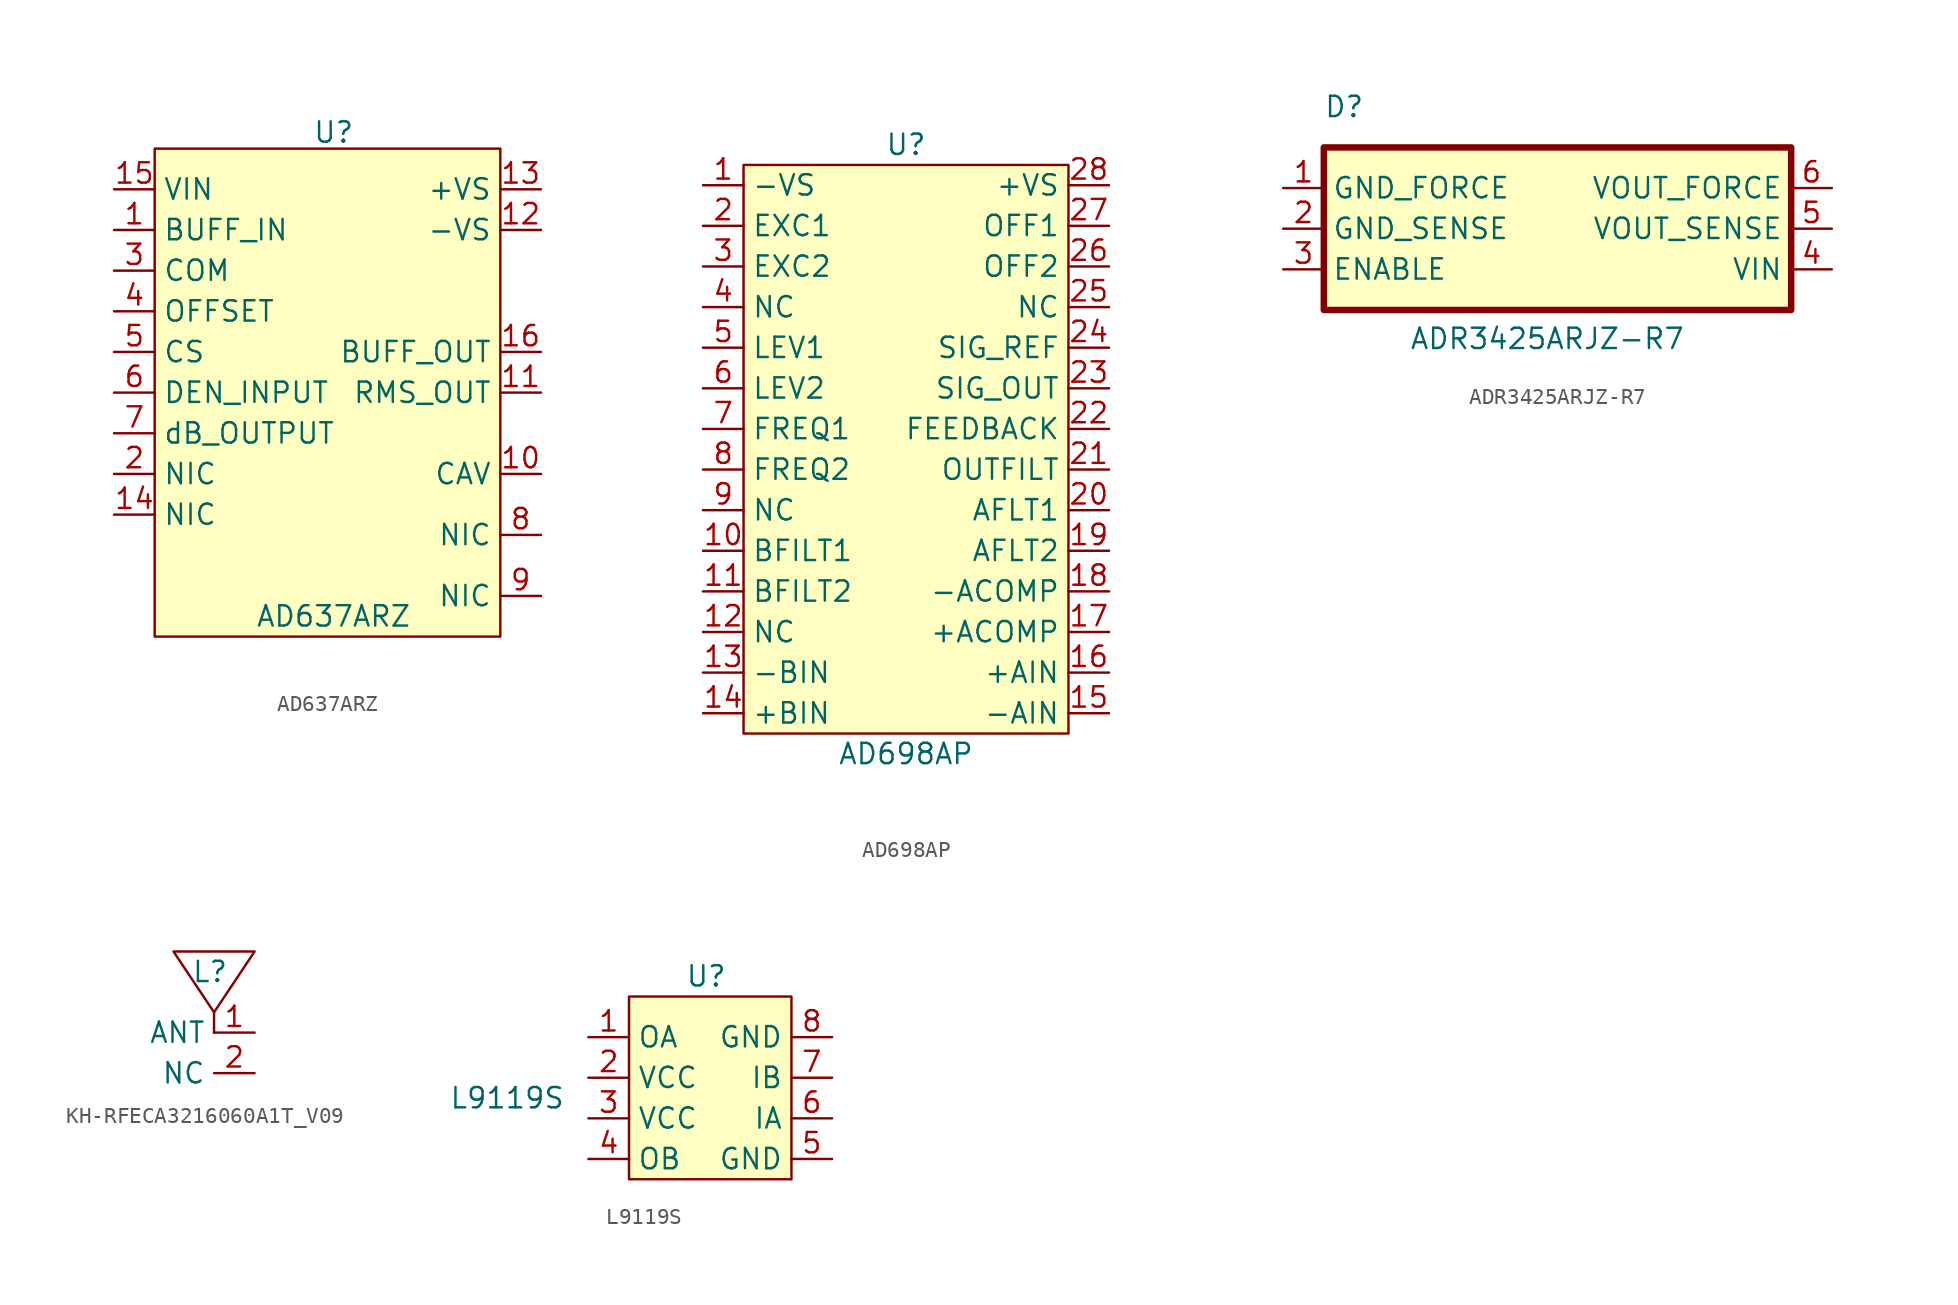
<source format=kicad_sym>
(kicad_symbol_lib
  (version 20231120)
  (generator "kicad_symbol_editor")
  (generator_version "8.0")
  (symbol "AD637ARZ"
    (property "Reference" "U"
      (at 1.016 17.526 0)
      (effects (font (size 1.27 1.27))))
    (property "Value" "AD637ARZ"
      (at 1.016 -12.7 0)
      (effects (font (size 1.27 1.27))))
    (symbol "AD637ARZ_1_1"
      (rectangle (start -10.16 16.51) (end 11.43 -13.97) (stroke (width 0) (type default)) (fill (type background)))
      (pin passive line (at -12.7 11.43 0) (length 2.54) (name "BUFF_IN" (effects (font (size 1.27 1.27)))) (number "1" (effects (font (size 1.27 1.27)))))
      (pin passive line (at 13.97 -3.81 180) (length 2.54) (name "CAV" (effects (font (size 1.27 1.27)))) (number "10" (effects (font (size 1.27 1.27)))))
      (pin passive line (at 13.97 1.27 180) (length 2.54) (name "RMS_OUT" (effects (font (size 1.27 1.27)))) (number "11" (effects (font (size 1.27 1.27)))))
      (pin passive line (at 13.97 11.43 180) (length 2.54) (name "-VS" (effects (font (size 1.27 1.27)))) (number "12" (effects (font (size 1.27 1.27)))))
      (pin passive line (at 13.97 13.97 180) (length 2.54) (name "+VS" (effects (font (size 1.27 1.27)))) (number "13" (effects (font (size 1.27 1.27)))))
      (pin passive line (at -12.7 -6.35 0) (length 2.54) (name "NIC" (effects (font (size 1.27 1.27)))) (number "14" (effects (font (size 1.27 1.27)))))
      (pin passive line (at -12.7 13.97 0) (length 2.54) (name "VIN" (effects (font (size 1.27 1.27)))) (number "15" (effects (font (size 1.27 1.27)))))
      (pin passive line (at 13.97 3.81 180) (length 2.54) (name "BUFF_OUT" (effects (font (size 1.27 1.27)))) (number "16" (effects (font (size 1.27 1.27)))))
      (pin passive line (at -12.7 -3.81 0) (length 2.54) (name "NIC" (effects (font (size 1.27 1.27)))) (number "2" (effects (font (size 1.27 1.27)))))
      (pin passive line (at -12.7 8.89 0) (length 2.54) (name "COM" (effects (font (size 1.27 1.27)))) (number "3" (effects (font (size 1.27 1.27)))))
      (pin passive line (at -12.7 6.35 0) (length 2.54) (name "OFFSET" (effects (font (size 1.27 1.27)))) (number "4" (effects (font (size 1.27 1.27)))))
      (pin passive line (at -12.7 3.81 0) (length 2.54) (name "CS" (effects (font (size 1.27 1.27)))) (number "5" (effects (font (size 1.27 1.27)))))
      (pin passive line (at -12.7 1.27 0) (length 2.54) (name "DEN_INPUT" (effects (font (size 1.27 1.27)))) (number "6" (effects (font (size 1.27 1.27)))))
      (pin passive line (at -12.7 -1.27 0) (length 2.54) (name "dB_OUTPUT" (effects (font (size 1.27 1.27)))) (number "7" (effects (font (size 1.27 1.27)))))
      (pin passive line (at 13.97 -7.62 180) (length 2.54) (name "NIC" (effects (font (size 1.27 1.27)))) (number "8" (effects (font (size 1.27 1.27)))))
      (pin passive line (at 13.97 -11.43 180) (length 2.54) (name "NIC" (effects (font (size 1.27 1.27)))) (number "9" (effects (font (size 1.27 1.27)))))))
  (symbol "AD698AP"
    (property "Reference" "U"
      (at 0 21.59 0)
      (effects (font (size 1.27 1.27))))
    (property "Value" "AD698AP"
      (at 0 -16.51 0)
      (effects (font (size 1.27 1.27))))
    (symbol "AD698AP_1_1"
      (rectangle (start -10.16 20.32) (end 10.16 -15.24) (stroke (width 0) (type default)) (fill (type background)))
      (pin passive line (at -12.7 19.05 0) (length 2.54) (name "-VS" (effects (font (size 1.27 1.27)))) (number "1" (effects (font (size 1.27 1.27)))))
      (pin passive line (at -12.7 -3.81 0) (length 2.54) (name "BFILT1" (effects (font (size 1.27 1.27)))) (number "10" (effects (font (size 1.27 1.27)))))
      (pin passive line (at -12.7 -6.35 0) (length 2.54) (name "BFILT2" (effects (font (size 1.27 1.27)))) (number "11" (effects (font (size 1.27 1.27)))))
      (pin passive line (at -12.7 -8.89 0) (length 2.54) (name "NC" (effects (font (size 1.27 1.27)))) (number "12" (effects (font (size 1.27 1.27)))))
      (pin passive line (at -12.7 -11.43 0) (length 2.54) (name "-BIN" (effects (font (size 1.27 1.27)))) (number "13" (effects (font (size 1.27 1.27)))))
      (pin passive line (at -12.7 -13.97 0) (length 2.54) (name "+BIN" (effects (font (size 1.27 1.27)))) (number "14" (effects (font (size 1.27 1.27)))))
      (pin passive line (at 12.7 -13.97 180) (length 2.54) (name "-AIN" (effects (font (size 1.27 1.27)))) (number "15" (effects (font (size 1.27 1.27)))))
      (pin passive line (at 12.7 -11.43 180) (length 2.54) (name "+AIN" (effects (font (size 1.27 1.27)))) (number "16" (effects (font (size 1.27 1.27)))))
      (pin passive line (at 12.7 -8.89 180) (length 2.54) (name "+ACOMP" (effects (font (size 1.27 1.27)))) (number "17" (effects (font (size 1.27 1.27)))))
      (pin passive line (at 12.7 -6.35 180) (length 2.54) (name "-ACOMP" (effects (font (size 1.27 1.27)))) (number "18" (effects (font (size 1.27 1.27)))))
      (pin passive line (at 12.7 -3.81 180) (length 2.54) (name "AFLT2" (effects (font (size 1.27 1.27)))) (number "19" (effects (font (size 1.27 1.27)))))
      (pin passive line (at -12.7 16.51 0) (length 2.54) (name "EXC1" (effects (font (size 1.27 1.27)))) (number "2" (effects (font (size 1.27 1.27)))))
      (pin passive line (at 12.7 -1.27 180) (length 2.54) (name "AFLT1" (effects (font (size 1.27 1.27)))) (number "20" (effects (font (size 1.27 1.27)))))
      (pin passive line (at 12.7 1.27 180) (length 2.54) (name "OUTFILT" (effects (font (size 1.27 1.27)))) (number "21" (effects (font (size 1.27 1.27)))))
      (pin passive line (at 12.7 3.81 180) (length 2.54) (name "FEEDBACK" (effects (font (size 1.27 1.27)))) (number "22" (effects (font (size 1.27 1.27)))))
      (pin passive line (at 12.7 6.35 180) (length 2.54) (name "SIG_OUT" (effects (font (size 1.27 1.27)))) (number "23" (effects (font (size 1.27 1.27)))))
      (pin passive line (at 12.7 8.89 180) (length 2.54) (name "SIG_REF" (effects (font (size 1.27 1.27)))) (number "24" (effects (font (size 1.27 1.27)))))
      (pin passive line (at 12.7 11.43 180) (length 2.54) (name "NC" (effects (font (size 1.27 1.27)))) (number "25" (effects (font (size 1.27 1.27)))))
      (pin passive line (at 12.7 13.97 180) (length 2.54) (name "OFF2" (effects (font (size 1.27 1.27)))) (number "26" (effects (font (size 1.27 1.27)))))
      (pin passive line (at 12.7 16.51 180) (length 2.54) (name "OFF1" (effects (font (size 1.27 1.27)))) (number "27" (effects (font (size 1.27 1.27)))))
      (pin passive line (at 12.7 19.05 180) (length 2.54) (name "+VS" (effects (font (size 1.27 1.27)))) (number "28" (effects (font (size 1.27 1.27)))))
      (pin passive line (at -12.7 13.97 0) (length 2.54) (name "EXC2" (effects (font (size 1.27 1.27)))) (number "3" (effects (font (size 1.27 1.27)))))
      (pin passive line (at -12.7 11.43 0) (length 2.54) (name "NC" (effects (font (size 1.27 1.27)))) (number "4" (effects (font (size 1.27 1.27)))))
      (pin passive line (at -12.7 8.89 0) (length 2.54) (name "LEV1" (effects (font (size 1.27 1.27)))) (number "5" (effects (font (size 1.27 1.27)))))
      (pin passive line (at -12.7 6.35 0) (length 2.54) (name "LEV2" (effects (font (size 1.27 1.27)))) (number "6" (effects (font (size 1.27 1.27)))))
      (pin passive line (at -12.7 3.81 0) (length 2.54) (name "FREQ1" (effects (font (size 1.27 1.27)))) (number "7" (effects (font (size 1.27 1.27)))))
      (pin passive line (at -12.7 1.27 0) (length 2.54) (name "FREQ2" (effects (font (size 1.27 1.27)))) (number "8" (effects (font (size 1.27 1.27)))))
      (pin passive line (at -12.7 -1.27 0) (length 2.54) (name "NC" (effects (font (size 1.27 1.27)))) (number "9" (effects (font (size 1.27 1.27)))))))
  (symbol "ADR3425ARJZ-R7"
    (property "Reference" "D"
      (at -12.7 7.62 0)
      (effects (font (size 1.27 1.27))))
    (property "Value" "ADR3425ARJZ-R7"
      (at 0 -7.62 0)
      (effects (font (size 1.27 1.27)) (justify bottom)))
    (symbol "ADR3425ARJZ-R7_0_0"
      (rectangle (start -13.97 5.08) (end 15.24 -5.08) (stroke (width 0.406) (type default)) (fill (type background))))
    (symbol "ADR3425ARJZ-R7_1_1"
      (pin passive line (at -16.51 2.54 0) (length 2.54) (name "GND_FORCE" (effects (font (size 1.27 1.27)))) (number "1" (effects (font (size 1.27 1.27)))))
      (pin passive line (at -16.51 0 0) (length 2.54) (name "GND_SENSE" (effects (font (size 1.27 1.27)))) (number "2" (effects (font (size 1.27 1.27)))))
      (pin passive line (at -16.51 -2.54 0) (length 2.54) (name "ENABLE" (effects (font (size 1.27 1.27)))) (number "3" (effects (font (size 1.27 1.27)))))
      (pin passive line (at 17.78 -2.54 180) (length 2.54) (name "VIN" (effects (font (size 1.27 1.27)))) (number "4" (effects (font (size 1.27 1.27)))))
      (pin passive line (at 17.78 0 180) (length 2.54) (name "VOUT_SENSE" (effects (font (size 1.27 1.27)))) (number "5" (effects (font (size 1.27 1.27)))))
      (pin passive line (at 17.78 2.54 180) (length 2.54) (name "VOUT_FORCE" (effects (font (size 1.27 1.27)))) (number "6" (effects (font (size 1.27 1.27)))))))
  (symbol "KH-RFECA3216060A1T_V09"
    (property "Reference" "L"
      (at -2.794 0 0)
      (effects (font (size 1.27 1.27))))
    (property "Value" ""
      (at 0 0 0)
      (effects (font (size 1.27 1.27))))
    (symbol "KH-RFECA3216060A1T_V09_0_1"
      (polyline (pts (xy -2.54 -3.81) (xy -2.54 -2.54)) (stroke (width 0) (type default)) (fill (type none)))
      (polyline (pts (xy -3.81 1.27) (xy 0 1.27) (xy -2.54 -2.54) (xy -5.08 1.27) (xy -3.81 1.27)) (stroke (width 0) (type default)) (fill (type none))))
    (symbol "KH-RFECA3216060A1T_V09_1_1"
      (pin input line (at 0 -3.81 180) (length 2.54) (name "ANT" (effects (font (size 1.27 1.27)))) (number "1" (effects (font (size 1.27 1.27)))))
      (pin input line (at 0 -6.35 180) (length 2.54) (name "NC" (effects (font (size 1.27 1.27)))) (number "2" (effects (font (size 1.27 1.27)))))))
  (symbol "L9119S"
    (property "Reference" "U"
      (at -0.254 7.62 0)
      (effects (font (size 1.27 1.27))))
    (property "Value" "L9119S"
      (at -12.7 0 0)
      (effects (font (size 1.27 1.27))))
    (symbol "L9119S_0_0"
      (pin passive line (at -7.62 3.81 0) (length 2.54) (name "OA" (effects (font (size 1.27 1.27)))) (number "1" (effects (font (size 1.27 1.27)))))
      (pin passive line (at -7.62 1.27 0) (length 2.54) (name "VCC" (effects (font (size 1.27 1.27)))) (number "2" (effects (font (size 1.27 1.27)))))
      (pin passive line (at -7.62 -1.27 0) (length 2.54) (name "VCC" (effects (font (size 1.27 1.27)))) (number "3" (effects (font (size 1.27 1.27)))))
      (pin passive line (at -7.62 -3.81 0) (length 2.54) (name "OB" (effects (font (size 1.27 1.27)))) (number "4" (effects (font (size 1.27 1.27)))))
      (pin passive line (at 7.62 -3.81 180) (length 2.54) (name "GND" (effects (font (size 1.27 1.27)))) (number "5" (effects (font (size 1.27 1.27)))))
      (pin passive line (at 7.62 -1.27 180) (length 2.54) (name "IA" (effects (font (size 1.27 1.27)))) (number "6" (effects (font (size 1.27 1.27)))))
      (pin passive line (at 7.62 1.27 180) (length 2.54) (name "IB" (effects (font (size 1.27 1.27)))) (number "7" (effects (font (size 1.27 1.27)))))
      (pin passive line (at 7.62 3.81 180) (length 2.54) (name "GND" (effects (font (size 1.27 1.27)))) (number "8" (effects (font (size 1.27 1.27))))))
    (symbol "L9119S_1_1"
      (rectangle (start -5.08 6.35) (end 5.08 -5.08) (stroke (width 0) (type default)) (fill (type background))))))
</source>
